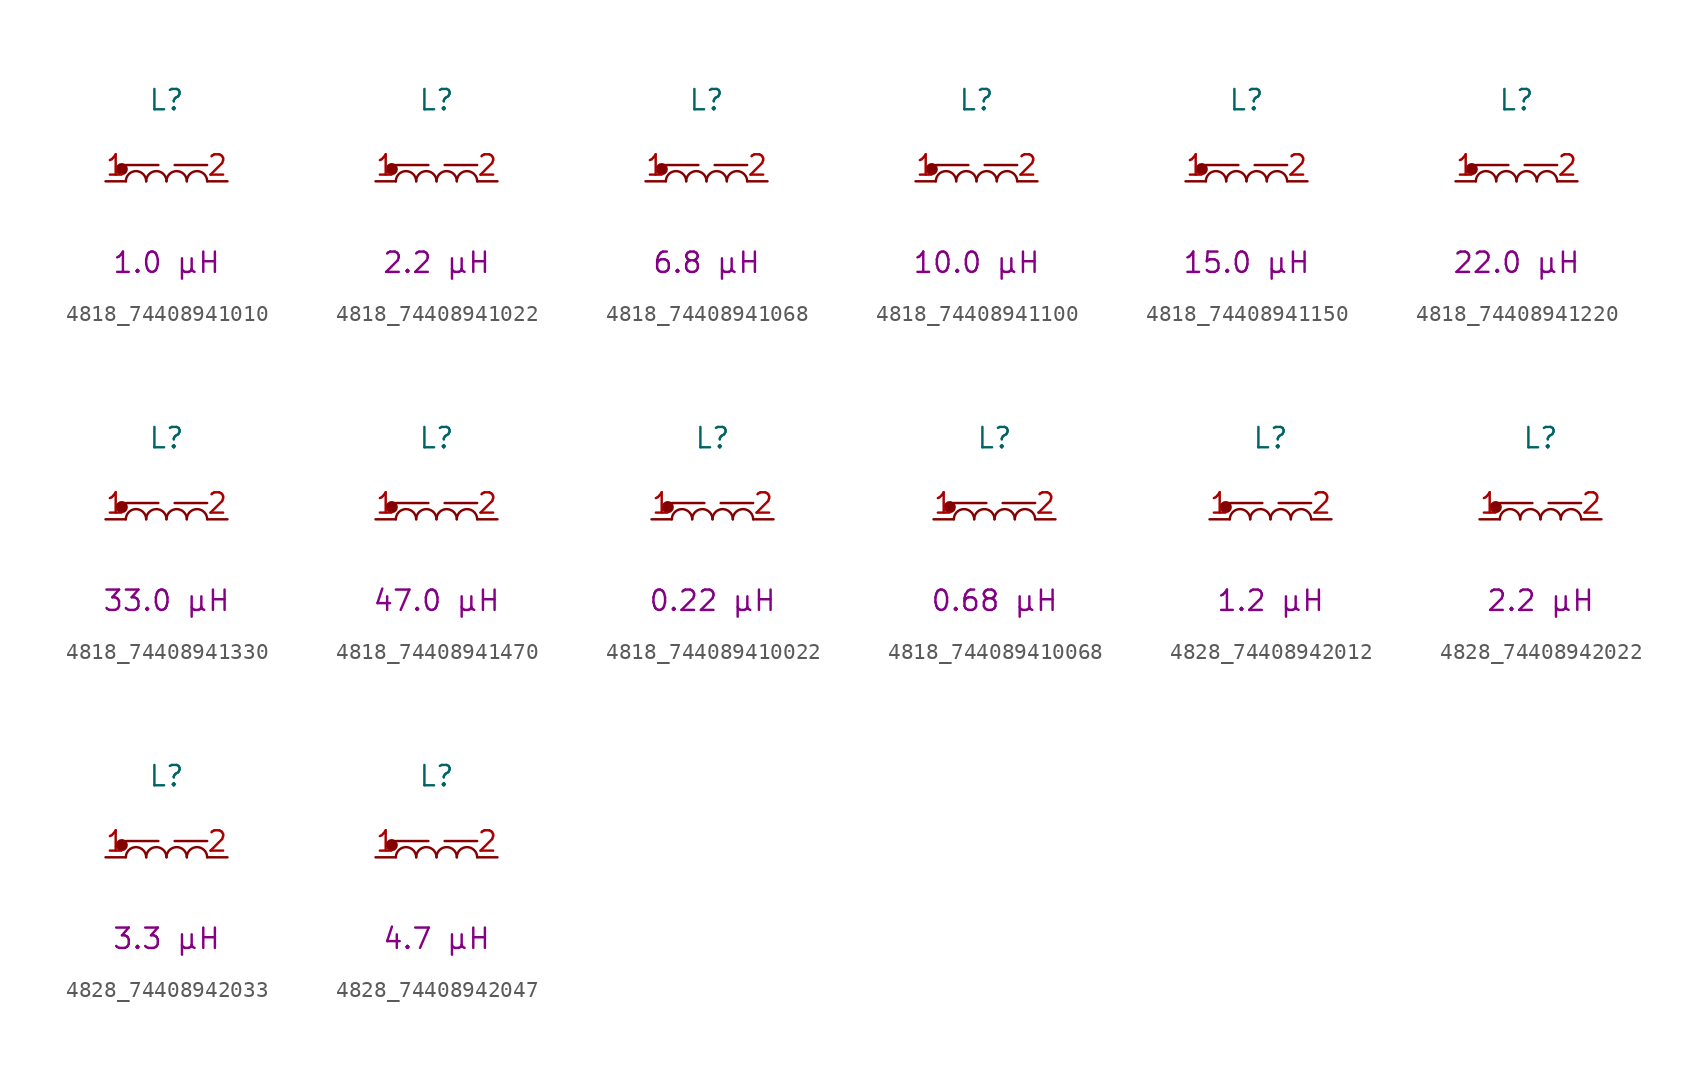
<source format=kicad_sym>
(kicad_symbol_lib
  (version 20220914)
  (generator kicad_symbol_editor)
  (symbol "4818_74408941010"
    (pin_names hide)
    (property "Reference" "L"
      (at 0 5.08 0)
      (effects (font (size 1.27 1.27))))
    (property "Critical Parameter" "1.0 µH"
      (at 0 -5.08 0)
      (effects (font (size 1.27 1.27))))
    (symbol "4818_74408941010_0_1"
      (arc (start -1.27 0) (mid -1.905 0.6323) (end -2.54 0) (stroke (width 0) (type default)) (fill (type none)))
      (arc (start 0 0) (mid -0.635 0.6323) (end -1.27 0) (stroke (width 0) (type default)) (fill (type none)))
      (polyline (pts (xy -2.54 1.016) (xy -0.508 1.016)) (stroke (width 0) (type default)) (fill (type none)))
      (arc (start 1.27 0) (mid 0.635 0.6323) (end 0 0) (stroke (width 0) (type default)) (fill (type none)))
      (arc (start 2.54 0) (mid 1.905 0.6323) (end 1.27 0) (stroke (width 0) (type default)) (fill (type none))))
    (symbol "4818_74408941010_1_1"
      (circle (center -2.794 0.762) (radius 0.0001) (stroke (width 0.381) (type default)) (fill (type none)))
      (polyline (pts (xy 2.54 1.016) (xy 0.508 1.016)) (stroke (width 0) (type default)) (fill (type none)))
      (pin passive line (at -3.81 0 0) (length 1.27) (name "1" (effects (font (size 1.27 1.27)))) (number "1" (effects (font (size 1.27 1.27)))))
      (pin passive line (at 3.81 0 180) (length 1.27) (name "2" (effects (font (size 1.27 1.27)))) (number "2" (effects (font (size 1.27 1.27)))))))
  (symbol "4818_74408941022"
    (pin_names hide)
    (property "Reference" "L"
      (at 0 5.08 0)
      (effects (font (size 1.27 1.27))))
    (property "Critical Parameter" "2.2 µH"
      (at 0 -5.08 0)
      (effects (font (size 1.27 1.27))))
    (symbol "4818_74408941022_0_1"
      (arc (start -1.27 0) (mid -1.905 0.6323) (end -2.54 0) (stroke (width 0) (type default)) (fill (type none)))
      (arc (start 0 0) (mid -0.635 0.6323) (end -1.27 0) (stroke (width 0) (type default)) (fill (type none)))
      (polyline (pts (xy -2.54 1.016) (xy -0.508 1.016)) (stroke (width 0) (type default)) (fill (type none)))
      (arc (start 1.27 0) (mid 0.635 0.6323) (end 0 0) (stroke (width 0) (type default)) (fill (type none)))
      (arc (start 2.54 0) (mid 1.905 0.6323) (end 1.27 0) (stroke (width 0) (type default)) (fill (type none))))
    (symbol "4818_74408941022_1_1"
      (circle (center -2.794 0.762) (radius 0.0001) (stroke (width 0.381) (type default)) (fill (type none)))
      (polyline (pts (xy 2.54 1.016) (xy 0.508 1.016)) (stroke (width 0) (type default)) (fill (type none)))
      (pin passive line (at -3.81 0 0) (length 1.27) (name "1" (effects (font (size 1.27 1.27)))) (number "1" (effects (font (size 1.27 1.27)))))
      (pin passive line (at 3.81 0 180) (length 1.27) (name "2" (effects (font (size 1.27 1.27)))) (number "2" (effects (font (size 1.27 1.27)))))))
  (symbol "4818_74408941068"
    (pin_names hide)
    (property "Reference" "L"
      (at 0 5.08 0)
      (effects (font (size 1.27 1.27))))
    (property "Critical Parameter" "6.8 µH"
      (at 0 -5.08 0)
      (effects (font (size 1.27 1.27))))
    (symbol "4818_74408941068_0_1"
      (arc (start -1.27 0) (mid -1.905 0.6323) (end -2.54 0) (stroke (width 0) (type default)) (fill (type none)))
      (arc (start 0 0) (mid -0.635 0.6323) (end -1.27 0) (stroke (width 0) (type default)) (fill (type none)))
      (polyline (pts (xy -2.54 1.016) (xy -0.508 1.016)) (stroke (width 0) (type default)) (fill (type none)))
      (arc (start 1.27 0) (mid 0.635 0.6323) (end 0 0) (stroke (width 0) (type default)) (fill (type none)))
      (arc (start 2.54 0) (mid 1.905 0.6323) (end 1.27 0) (stroke (width 0) (type default)) (fill (type none))))
    (symbol "4818_74408941068_1_1"
      (circle (center -2.794 0.762) (radius 0.0001) (stroke (width 0.381) (type default)) (fill (type none)))
      (polyline (pts (xy 2.54 1.016) (xy 0.508 1.016)) (stroke (width 0) (type default)) (fill (type none)))
      (pin passive line (at -3.81 0 0) (length 1.27) (name "1" (effects (font (size 1.27 1.27)))) (number "1" (effects (font (size 1.27 1.27)))))
      (pin passive line (at 3.81 0 180) (length 1.27) (name "2" (effects (font (size 1.27 1.27)))) (number "2" (effects (font (size 1.27 1.27)))))))
  (symbol "4818_74408941100"
    (pin_names hide)
    (property "Reference" "L"
      (at 0 5.08 0)
      (effects (font (size 1.27 1.27))))
    (property "Critical Parameter" "10.0 µH"
      (at 0 -5.08 0)
      (effects (font (size 1.27 1.27))))
    (symbol "4818_74408941100_0_1"
      (arc (start -1.27 0) (mid -1.905 0.6323) (end -2.54 0) (stroke (width 0) (type default)) (fill (type none)))
      (arc (start 0 0) (mid -0.635 0.6323) (end -1.27 0) (stroke (width 0) (type default)) (fill (type none)))
      (polyline (pts (xy -2.54 1.016) (xy -0.508 1.016)) (stroke (width 0) (type default)) (fill (type none)))
      (arc (start 1.27 0) (mid 0.635 0.6323) (end 0 0) (stroke (width 0) (type default)) (fill (type none)))
      (arc (start 2.54 0) (mid 1.905 0.6323) (end 1.27 0) (stroke (width 0) (type default)) (fill (type none))))
    (symbol "4818_74408941100_1_1"
      (circle (center -2.794 0.762) (radius 0.0001) (stroke (width 0.381) (type default)) (fill (type none)))
      (polyline (pts (xy 2.54 1.016) (xy 0.508 1.016)) (stroke (width 0) (type default)) (fill (type none)))
      (pin passive line (at -3.81 0 0) (length 1.27) (name "1" (effects (font (size 1.27 1.27)))) (number "1" (effects (font (size 1.27 1.27)))))
      (pin passive line (at 3.81 0 180) (length 1.27) (name "2" (effects (font (size 1.27 1.27)))) (number "2" (effects (font (size 1.27 1.27)))))))
  (symbol "4818_74408941150"
    (pin_names hide)
    (property "Reference" "L"
      (at 0 5.08 0)
      (effects (font (size 1.27 1.27))))
    (property "Critical Parameter" "15.0 µH"
      (at 0 -5.08 0)
      (effects (font (size 1.27 1.27))))
    (symbol "4818_74408941150_0_1"
      (arc (start -1.27 0) (mid -1.905 0.6323) (end -2.54 0) (stroke (width 0) (type default)) (fill (type none)))
      (arc (start 0 0) (mid -0.635 0.6323) (end -1.27 0) (stroke (width 0) (type default)) (fill (type none)))
      (polyline (pts (xy -2.54 1.016) (xy -0.508 1.016)) (stroke (width 0) (type default)) (fill (type none)))
      (arc (start 1.27 0) (mid 0.635 0.6323) (end 0 0) (stroke (width 0) (type default)) (fill (type none)))
      (arc (start 2.54 0) (mid 1.905 0.6323) (end 1.27 0) (stroke (width 0) (type default)) (fill (type none))))
    (symbol "4818_74408941150_1_1"
      (circle (center -2.794 0.762) (radius 0.0001) (stroke (width 0.381) (type default)) (fill (type none)))
      (polyline (pts (xy 2.54 1.016) (xy 0.508 1.016)) (stroke (width 0) (type default)) (fill (type none)))
      (pin passive line (at -3.81 0 0) (length 1.27) (name "1" (effects (font (size 1.27 1.27)))) (number "1" (effects (font (size 1.27 1.27)))))
      (pin passive line (at 3.81 0 180) (length 1.27) (name "2" (effects (font (size 1.27 1.27)))) (number "2" (effects (font (size 1.27 1.27)))))))
  (symbol "4818_74408941220"
    (pin_names hide)
    (property "Reference" "L"
      (at 0 5.08 0)
      (effects (font (size 1.27 1.27))))
    (property "Critical Parameter" "22.0 µH"
      (at 0 -5.08 0)
      (effects (font (size 1.27 1.27))))
    (symbol "4818_74408941220_0_1"
      (arc (start -1.27 0) (mid -1.905 0.6323) (end -2.54 0) (stroke (width 0) (type default)) (fill (type none)))
      (arc (start 0 0) (mid -0.635 0.6323) (end -1.27 0) (stroke (width 0) (type default)) (fill (type none)))
      (polyline (pts (xy -2.54 1.016) (xy -0.508 1.016)) (stroke (width 0) (type default)) (fill (type none)))
      (arc (start 1.27 0) (mid 0.635 0.6323) (end 0 0) (stroke (width 0) (type default)) (fill (type none)))
      (arc (start 2.54 0) (mid 1.905 0.6323) (end 1.27 0) (stroke (width 0) (type default)) (fill (type none))))
    (symbol "4818_74408941220_1_1"
      (circle (center -2.794 0.762) (radius 0.0001) (stroke (width 0.381) (type default)) (fill (type none)))
      (polyline (pts (xy 2.54 1.016) (xy 0.508 1.016)) (stroke (width 0) (type default)) (fill (type none)))
      (pin passive line (at -3.81 0 0) (length 1.27) (name "1" (effects (font (size 1.27 1.27)))) (number "1" (effects (font (size 1.27 1.27)))))
      (pin passive line (at 3.81 0 180) (length 1.27) (name "2" (effects (font (size 1.27 1.27)))) (number "2" (effects (font (size 1.27 1.27)))))))
  (symbol "4818_74408941330"
    (pin_names hide)
    (property "Reference" "L"
      (at 0 5.08 0)
      (effects (font (size 1.27 1.27))))
    (property "Critical Parameter" "33.0 µH"
      (at 0 -5.08 0)
      (effects (font (size 1.27 1.27))))
    (symbol "4818_74408941330_0_1"
      (arc (start -1.27 0) (mid -1.905 0.6323) (end -2.54 0) (stroke (width 0) (type default)) (fill (type none)))
      (arc (start 0 0) (mid -0.635 0.6323) (end -1.27 0) (stroke (width 0) (type default)) (fill (type none)))
      (polyline (pts (xy -2.54 1.016) (xy -0.508 1.016)) (stroke (width 0) (type default)) (fill (type none)))
      (arc (start 1.27 0) (mid 0.635 0.6323) (end 0 0) (stroke (width 0) (type default)) (fill (type none)))
      (arc (start 2.54 0) (mid 1.905 0.6323) (end 1.27 0) (stroke (width 0) (type default)) (fill (type none))))
    (symbol "4818_74408941330_1_1"
      (circle (center -2.794 0.762) (radius 0.0001) (stroke (width 0.381) (type default)) (fill (type none)))
      (polyline (pts (xy 2.54 1.016) (xy 0.508 1.016)) (stroke (width 0) (type default)) (fill (type none)))
      (pin passive line (at -3.81 0 0) (length 1.27) (name "1" (effects (font (size 1.27 1.27)))) (number "1" (effects (font (size 1.27 1.27)))))
      (pin passive line (at 3.81 0 180) (length 1.27) (name "2" (effects (font (size 1.27 1.27)))) (number "2" (effects (font (size 1.27 1.27)))))))
  (symbol "4818_74408941470"
    (pin_names hide)
    (property "Reference" "L"
      (at 0 5.08 0)
      (effects (font (size 1.27 1.27))))
    (property "Critical Parameter" "47.0 µH"
      (at 0 -5.08 0)
      (effects (font (size 1.27 1.27))))
    (symbol "4818_74408941470_0_1"
      (arc (start -1.27 0) (mid -1.905 0.6323) (end -2.54 0) (stroke (width 0) (type default)) (fill (type none)))
      (arc (start 0 0) (mid -0.635 0.6323) (end -1.27 0) (stroke (width 0) (type default)) (fill (type none)))
      (polyline (pts (xy -2.54 1.016) (xy -0.508 1.016)) (stroke (width 0) (type default)) (fill (type none)))
      (arc (start 1.27 0) (mid 0.635 0.6323) (end 0 0) (stroke (width 0) (type default)) (fill (type none)))
      (arc (start 2.54 0) (mid 1.905 0.6323) (end 1.27 0) (stroke (width 0) (type default)) (fill (type none))))
    (symbol "4818_74408941470_1_1"
      (circle (center -2.794 0.762) (radius 0.0001) (stroke (width 0.381) (type default)) (fill (type none)))
      (polyline (pts (xy 2.54 1.016) (xy 0.508 1.016)) (stroke (width 0) (type default)) (fill (type none)))
      (pin passive line (at -3.81 0 0) (length 1.27) (name "1" (effects (font (size 1.27 1.27)))) (number "1" (effects (font (size 1.27 1.27)))))
      (pin passive line (at 3.81 0 180) (length 1.27) (name "2" (effects (font (size 1.27 1.27)))) (number "2" (effects (font (size 1.27 1.27)))))))
  (symbol "4818_744089410022"
    (pin_names hide)
    (property "Reference" "L"
      (at 0 5.08 0)
      (effects (font (size 1.27 1.27))))
    (property "Critical Parameter" "0.22 µH"
      (at 0 -5.08 0)
      (effects (font (size 1.27 1.27))))
    (symbol "4818_744089410022_0_1"
      (arc (start -1.27 0) (mid -1.905 0.6323) (end -2.54 0) (stroke (width 0) (type default)) (fill (type none)))
      (arc (start 0 0) (mid -0.635 0.6323) (end -1.27 0) (stroke (width 0) (type default)) (fill (type none)))
      (polyline (pts (xy -2.54 1.016) (xy -0.508 1.016)) (stroke (width 0) (type default)) (fill (type none)))
      (arc (start 1.27 0) (mid 0.635 0.6323) (end 0 0) (stroke (width 0) (type default)) (fill (type none)))
      (arc (start 2.54 0) (mid 1.905 0.6323) (end 1.27 0) (stroke (width 0) (type default)) (fill (type none))))
    (symbol "4818_744089410022_1_1"
      (circle (center -2.794 0.762) (radius 0.0001) (stroke (width 0.381) (type default)) (fill (type none)))
      (polyline (pts (xy 2.54 1.016) (xy 0.508 1.016)) (stroke (width 0) (type default)) (fill (type none)))
      (pin passive line (at -3.81 0 0) (length 1.27) (name "1" (effects (font (size 1.27 1.27)))) (number "1" (effects (font (size 1.27 1.27)))))
      (pin passive line (at 3.81 0 180) (length 1.27) (name "2" (effects (font (size 1.27 1.27)))) (number "2" (effects (font (size 1.27 1.27)))))))
  (symbol "4818_744089410068"
    (pin_names hide)
    (property "Reference" "L"
      (at 0 5.08 0)
      (effects (font (size 1.27 1.27))))
    (property "Critical Parameter" "0.68 µH"
      (at 0 -5.08 0)
      (effects (font (size 1.27 1.27))))
    (symbol "4818_744089410068_0_1"
      (arc (start -1.27 0) (mid -1.905 0.6323) (end -2.54 0) (stroke (width 0) (type default)) (fill (type none)))
      (arc (start 0 0) (mid -0.635 0.6323) (end -1.27 0) (stroke (width 0) (type default)) (fill (type none)))
      (polyline (pts (xy -2.54 1.016) (xy -0.508 1.016)) (stroke (width 0) (type default)) (fill (type none)))
      (arc (start 1.27 0) (mid 0.635 0.6323) (end 0 0) (stroke (width 0) (type default)) (fill (type none)))
      (arc (start 2.54 0) (mid 1.905 0.6323) (end 1.27 0) (stroke (width 0) (type default)) (fill (type none))))
    (symbol "4818_744089410068_1_1"
      (circle (center -2.794 0.762) (radius 0.0001) (stroke (width 0.381) (type default)) (fill (type none)))
      (polyline (pts (xy 2.54 1.016) (xy 0.508 1.016)) (stroke (width 0) (type default)) (fill (type none)))
      (pin passive line (at -3.81 0 0) (length 1.27) (name "1" (effects (font (size 1.27 1.27)))) (number "1" (effects (font (size 1.27 1.27)))))
      (pin passive line (at 3.81 0 180) (length 1.27) (name "2" (effects (font (size 1.27 1.27)))) (number "2" (effects (font (size 1.27 1.27)))))))
  (symbol "4828_74408942012"
    (pin_names hide)
    (property "Reference" "L"
      (at 0 5.08 0)
      (effects (font (size 1.27 1.27))))
    (property "Critical Parameter" "1.2 µH"
      (at 0 -5.08 0)
      (effects (font (size 1.27 1.27))))
    (symbol "4828_74408942012_0_1"
      (arc (start -1.27 0) (mid -1.905 0.6323) (end -2.54 0) (stroke (width 0) (type default)) (fill (type none)))
      (arc (start 0 0) (mid -0.635 0.6323) (end -1.27 0) (stroke (width 0) (type default)) (fill (type none)))
      (polyline (pts (xy -2.54 1.016) (xy -0.508 1.016)) (stroke (width 0) (type default)) (fill (type none)))
      (arc (start 1.27 0) (mid 0.635 0.6323) (end 0 0) (stroke (width 0) (type default)) (fill (type none)))
      (arc (start 2.54 0) (mid 1.905 0.6323) (end 1.27 0) (stroke (width 0) (type default)) (fill (type none))))
    (symbol "4828_74408942012_1_1"
      (circle (center -2.794 0.762) (radius 0.0001) (stroke (width 0.381) (type default)) (fill (type none)))
      (polyline (pts (xy 2.54 1.016) (xy 0.508 1.016)) (stroke (width 0) (type default)) (fill (type none)))
      (pin passive line (at -3.81 0 0) (length 1.27) (name "1" (effects (font (size 1.27 1.27)))) (number "1" (effects (font (size 1.27 1.27)))))
      (pin passive line (at 3.81 0 180) (length 1.27) (name "2" (effects (font (size 1.27 1.27)))) (number "2" (effects (font (size 1.27 1.27)))))))
  (symbol "4828_74408942022"
    (pin_names hide)
    (property "Reference" "L"
      (at 0 5.08 0)
      (effects (font (size 1.27 1.27))))
    (property "Critical Parameter" "2.2 µH"
      (at 0 -5.08 0)
      (effects (font (size 1.27 1.27))))
    (symbol "4828_74408942022_0_1"
      (arc (start -1.27 0) (mid -1.905 0.6323) (end -2.54 0) (stroke (width 0) (type default)) (fill (type none)))
      (arc (start 0 0) (mid -0.635 0.6323) (end -1.27 0) (stroke (width 0) (type default)) (fill (type none)))
      (polyline (pts (xy -2.54 1.016) (xy -0.508 1.016)) (stroke (width 0) (type default)) (fill (type none)))
      (arc (start 1.27 0) (mid 0.635 0.6323) (end 0 0) (stroke (width 0) (type default)) (fill (type none)))
      (arc (start 2.54 0) (mid 1.905 0.6323) (end 1.27 0) (stroke (width 0) (type default)) (fill (type none))))
    (symbol "4828_74408942022_1_1"
      (circle (center -2.794 0.762) (radius 0.0001) (stroke (width 0.381) (type default)) (fill (type none)))
      (polyline (pts (xy 2.54 1.016) (xy 0.508 1.016)) (stroke (width 0) (type default)) (fill (type none)))
      (pin passive line (at -3.81 0 0) (length 1.27) (name "1" (effects (font (size 1.27 1.27)))) (number "1" (effects (font (size 1.27 1.27)))))
      (pin passive line (at 3.81 0 180) (length 1.27) (name "2" (effects (font (size 1.27 1.27)))) (number "2" (effects (font (size 1.27 1.27)))))))
  (symbol "4828_74408942033"
    (pin_names hide)
    (property "Reference" "L"
      (at 0 5.08 0)
      (effects (font (size 1.27 1.27))))
    (property "Critical Parameter" "3.3 µH"
      (at 0 -5.08 0)
      (effects (font (size 1.27 1.27))))
    (symbol "4828_74408942033_0_1"
      (arc (start -1.27 0) (mid -1.905 0.6323) (end -2.54 0) (stroke (width 0) (type default)) (fill (type none)))
      (arc (start 0 0) (mid -0.635 0.6323) (end -1.27 0) (stroke (width 0) (type default)) (fill (type none)))
      (polyline (pts (xy -2.54 1.016) (xy -0.508 1.016)) (stroke (width 0) (type default)) (fill (type none)))
      (arc (start 1.27 0) (mid 0.635 0.6323) (end 0 0) (stroke (width 0) (type default)) (fill (type none)))
      (arc (start 2.54 0) (mid 1.905 0.6323) (end 1.27 0) (stroke (width 0) (type default)) (fill (type none))))
    (symbol "4828_74408942033_1_1"
      (circle (center -2.794 0.762) (radius 0.0001) (stroke (width 0.381) (type default)) (fill (type none)))
      (polyline (pts (xy 2.54 1.016) (xy 0.508 1.016)) (stroke (width 0) (type default)) (fill (type none)))
      (pin passive line (at -3.81 0 0) (length 1.27) (name "1" (effects (font (size 1.27 1.27)))) (number "1" (effects (font (size 1.27 1.27)))))
      (pin passive line (at 3.81 0 180) (length 1.27) (name "2" (effects (font (size 1.27 1.27)))) (number "2" (effects (font (size 1.27 1.27)))))))
  (symbol "4828_74408942047"
    (pin_names hide)
    (property "Reference" "L"
      (at 0 5.08 0)
      (effects (font (size 1.27 1.27))))
    (property "Critical Parameter" "4.7 µH"
      (at 0 -5.08 0)
      (effects (font (size 1.27 1.27))))
    (symbol "4828_74408942047_0_1"
      (arc (start -1.27 0) (mid -1.905 0.6323) (end -2.54 0) (stroke (width 0) (type default)) (fill (type none)))
      (arc (start 0 0) (mid -0.635 0.6323) (end -1.27 0) (stroke (width 0) (type default)) (fill (type none)))
      (polyline (pts (xy -2.54 1.016) (xy -0.508 1.016)) (stroke (width 0) (type default)) (fill (type none)))
      (arc (start 1.27 0) (mid 0.635 0.6323) (end 0 0) (stroke (width 0) (type default)) (fill (type none)))
      (arc (start 2.54 0) (mid 1.905 0.6323) (end 1.27 0) (stroke (width 0) (type default)) (fill (type none))))
    (symbol "4828_74408942047_1_1"
      (circle (center -2.794 0.762) (radius 0.0001) (stroke (width 0.381) (type default)) (fill (type none)))
      (polyline (pts (xy 2.54 1.016) (xy 0.508 1.016)) (stroke (width 0) (type default)) (fill (type none)))
      (pin passive line (at -3.81 0 0) (length 1.27) (name "1" (effects (font (size 1.27 1.27)))) (number "1" (effects (font (size 1.27 1.27)))))
      (pin passive line (at 3.81 0 180) (length 1.27) (name "2" (effects (font (size 1.27 1.27)))) (number "2" (effects (font (size 1.27 1.27))))))))
</source>
